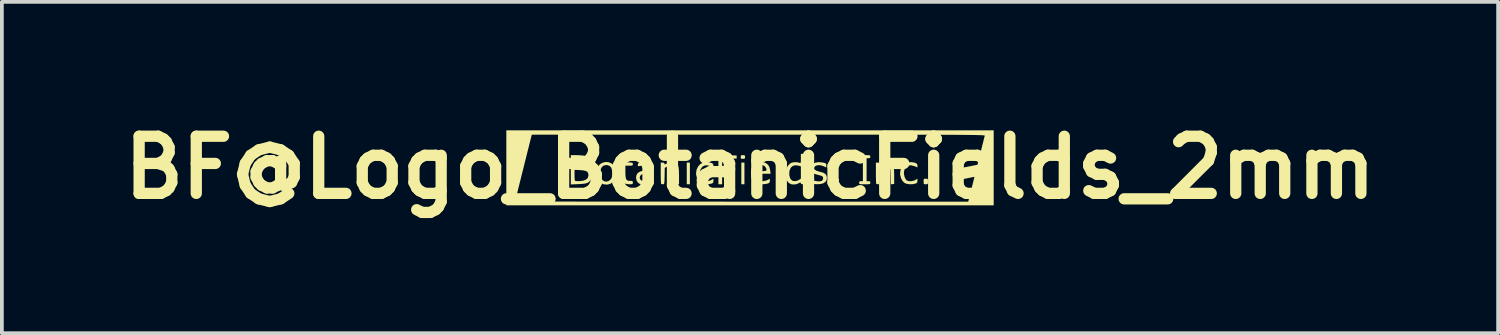
<source format=kicad_pcb>
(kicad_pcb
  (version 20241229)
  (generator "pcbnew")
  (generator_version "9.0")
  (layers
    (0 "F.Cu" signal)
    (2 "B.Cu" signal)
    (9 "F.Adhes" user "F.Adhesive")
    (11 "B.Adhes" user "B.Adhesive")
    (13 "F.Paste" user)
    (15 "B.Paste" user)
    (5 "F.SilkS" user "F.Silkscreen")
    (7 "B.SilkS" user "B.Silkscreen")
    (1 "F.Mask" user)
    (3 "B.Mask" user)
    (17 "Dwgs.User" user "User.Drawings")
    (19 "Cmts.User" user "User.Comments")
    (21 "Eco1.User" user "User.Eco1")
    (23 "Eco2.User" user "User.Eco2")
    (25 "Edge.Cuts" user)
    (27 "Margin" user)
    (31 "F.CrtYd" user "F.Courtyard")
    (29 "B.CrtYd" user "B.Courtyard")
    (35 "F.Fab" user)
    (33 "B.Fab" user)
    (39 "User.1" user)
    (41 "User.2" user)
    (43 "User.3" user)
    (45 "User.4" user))
  (footprint "BF@Logo_BotanicFields_2mm"
    (layer "F.Cu")
    (at 16.953 1.418)
    (property "Reference" "BF@Logo_BotanicFields_2mm" (at 0 0 0) (layer "F.SilkS") (effects (font (size 1.524 1.524) (thickness 0.3))))
    (attr board_only exclude_from_pos_files exclude_from_bom)
    (fp_poly (pts (xy -1.604 0.446) (xy -1.687 0.446) (xy -1.687 -0.132) (xy -1.604 -0.132)) (stroke (width 0) (type solid)) (fill yes) (layer "F.SilkS"))
    (fp_poly (pts (xy -0.149 0.446) (xy -0.232 0.446) (xy -0.232 -0.132) (xy -0.149 -0.132)) (stroke (width 0) (type solid)) (fill yes) (layer "F.SilkS"))
    (fp_poly (pts (xy 0.777 0.446) (xy 0.695 0.446) (xy 0.695 -0.364) (xy 0.777 -0.364)) (stroke (width 0) (type solid)) (fill yes) (layer "F.SilkS"))
    (fp_poly (pts (xy -0.356 -0.322) (xy -0.356 -0.24) (xy -0.55 -0.235) (xy -0.744 -0.23) (xy -0.744 -0.017) (xy -0.413 -0.017) (xy -0.413 0.066) (xy -0.744 0.066) (xy -0.744 0.446) (xy -0.843 0.446) (xy -0.843 -0.332)) (stroke (width 0) (type solid)) (fill yes) (layer "F.SilkS"))
    (fp_poly (pts (xy -1.606 -0.328) (xy -1.591 -0.314) (xy -1.587 -0.281) (xy -1.591 -0.248) (xy -1.607 -0.234) (xy -1.645 -0.232) (xy -1.684 -0.234) (xy -1.7 -0.248) (xy -1.703 -0.281) (xy -1.7 -0.314) (xy -1.684 -0.328) (xy -1.645 -0.331)) (stroke (width 0) (type solid)) (fill yes) (layer "F.SilkS"))
    (fp_poly (pts (xy -0.151 -0.328) (xy -0.135 -0.314) (xy -0.132 -0.281) (xy -0.136 -0.248) (xy -0.152 -0.234) (xy -0.19 -0.232) (xy -0.229 -0.234) (xy -0.245 -0.248) (xy -0.248 -0.281) (xy -0.245 -0.314) (xy -0.228 -0.328) (xy -0.19 -0.331)) (stroke (width 0) (type solid)) (fill yes) (layer "F.SilkS"))
    (fp_poly (pts (xy 2.368 0.301) (xy 2.375 0.313) (xy 2.37 0.339) (xy 2.353 0.385) (xy 2.323 0.453) (xy 2.307 0.491) (xy 2.277 0.557) (xy 2.253 0.597) (xy 2.232 0.618) (xy 2.211 0.625) (xy 2.171 0.63) (xy 2.214 0.468) (xy 2.258 0.306) (xy 2.321 0.301) (xy 2.35 0.299)) (stroke (width 0) (type solid)) (fill yes) (layer "F.SilkS"))
    (fp_poly (pts (xy 4.724 0.299) (xy 4.74 0.31) (xy 4.746 0.339) (xy 4.746 0.372) (xy 4.745 0.418) (xy 4.736 0.439) (xy 4.714 0.446) (xy 4.688 0.446) (xy 4.653 0.445) (xy 4.636 0.434) (xy 4.631 0.405) (xy 4.63 0.372) (xy 4.631 0.326) (xy 4.64 0.305) (xy 4.662 0.298) (xy 4.688 0.298)) (stroke (width 0) (type solid)) (fill yes) (layer "F.SilkS"))
    (fp_poly (pts (xy -1.13 -0.143) (xy -1.054 -0.131) (xy -1.005 -0.112) (xy -0.981 -0.083) (xy -0.976 -0.05) (xy -0.976 -0.003) (xy -1.058 -0.038) (xy -1.143 -0.06) (xy -1.217 -0.053) (xy -1.275 -0.018) (xy -1.316 0.043) (xy -1.335 0.113) (xy -1.334 0.178) (xy -1.319 0.245) (xy -1.294 0.304) (xy -1.261 0.344) (xy -1.253 0.349) (xy -1.195 0.365) (xy -1.125 0.363) (xy -1.056 0.344) (xy -1.032 0.332) (xy -0.976 0.299) (xy -0.976 0.354) (xy -0.981 0.395) (xy -1.002 0.418) (xy -1.028 0.428) (xy -1.101 0.444) (xy -1.182 0.446) (xy -1.258 0.435) (xy -1.317 0.413) (xy -1.318 0.412) (xy -1.373 0.359) (xy -1.414 0.284) (xy -1.436 0.196) (xy -1.439 0.154) (xy -1.425 0.055) (xy -1.385 -0.028) (xy -1.325 -0.092) (xy -1.246 -0.132) (xy -1.154 -0.144)) (stroke (width 0) (type solid)) (fill yes) (layer "F.SilkS"))
    (fp_poly (pts (xy 4.31 -0.143) (xy 4.387 -0.131) (xy 4.435 -0.112) (xy 4.46 -0.083) (xy 4.465 -0.05) (xy 4.465 -0.003) (xy 4.383 -0.038) (xy 4.297 -0.06) (xy 4.224 -0.053) (xy 4.165 -0.018) (xy 4.124 0.043) (xy 4.106 0.113) (xy 4.106 0.178) (xy 4.121 0.245) (xy 4.147 0.304) (xy 4.179 0.344) (xy 4.188 0.349) (xy 4.245 0.365) (xy 4.316 0.363) (xy 4.384 0.344) (xy 4.408 0.332) (xy 4.465 0.299) (xy 4.465 0.354) (xy 4.46 0.395) (xy 4.438 0.418) (xy 4.413 0.428) (xy 4.34 0.444) (xy 4.259 0.446) (xy 4.182 0.435) (xy 4.124 0.413) (xy 4.123 0.412) (xy 4.068 0.359) (xy 4.027 0.284) (xy 4.004 0.196) (xy 4.002 0.154) (xy 4.016 0.055) (xy 4.055 -0.028) (xy 4.116 -0.092) (xy 4.195 -0.132) (xy 4.287 -0.144)) (stroke (width 0) (type solid)) (fill yes) (layer "F.SilkS"))
    (fp_poly (pts (xy 3.13 -0.33) (xy 3.173 -0.328) (xy 3.197 -0.322) (xy 3.206 -0.311) (xy 3.208 -0.293) (xy 3.208 -0.289) (xy 3.203 -0.26) (xy 3.18 -0.249) (xy 3.158 -0.248) (xy 3.109 -0.248) (xy 3.109 0.364) (xy 3.158 0.364) (xy 3.194 0.368) (xy 3.207 0.387) (xy 3.208 0.405) (xy 3.207 0.425) (xy 3.199 0.437) (xy 3.178 0.443) (xy 3.138 0.446) (xy 3.072 0.446) (xy 3.059 0.446) (xy 2.989 0.446) (xy 2.945 0.444) (xy 2.922 0.438) (xy 2.912 0.427) (xy 2.91 0.409) (xy 2.91 0.405) (xy 2.916 0.376) (xy 2.938 0.365) (xy 2.96 0.364) (xy 3.01 0.364) (xy 3.01 -0.248) (xy 2.96 -0.248) (xy 2.925 -0.252) (xy 2.912 -0.271) (xy 2.91 -0.289) (xy 2.912 -0.309) (xy 2.919 -0.321) (xy 2.94 -0.328) (xy 2.98 -0.33) (xy 3.046 -0.331) (xy 3.059 -0.331)) (stroke (width 0) (type solid)) (fill yes) (layer "F.SilkS"))
    (fp_poly (pts (xy -3.767 -0.141) (xy -3.693 -0.107) (xy -3.633 -0.048) (xy -3.592 0.031) (xy -3.575 0.116) (xy -3.58 0.222) (xy -3.608 0.312) (xy -3.656 0.383) (xy -3.72 0.431) (xy -3.798 0.455) (xy -3.886 0.45) (xy -3.927 0.439) (xy -4.006 0.394) (xy -4.06 0.327) (xy -4.084 0.269) (xy -4.1 0.162) (xy -4.097 0.131) (xy -3.996 0.131) (xy -3.992 0.217) (xy -3.969 0.288) (xy -3.929 0.34) (xy -3.878 0.37) (xy -3.821 0.376) (xy -3.761 0.354) (xy -3.722 0.322) (xy -3.697 0.291) (xy -3.683 0.25) (xy -3.675 0.19) (xy -3.674 0.177) (xy -3.678 0.079) (xy -3.701 0.005) (xy -3.744 -0.043) (xy -3.805 -0.065) (xy -3.826 -0.066) (xy -3.897 -0.055) (xy -3.948 -0.019) (xy -3.981 0.043) (xy -3.996 0.131) (xy -4.097 0.131) (xy -4.091 0.064) (xy -4.058 -0.021) (xy -4.003 -0.087) (xy -3.94 -0.126) (xy -3.851 -0.149)) (stroke (width 0) (type solid)) (fill yes) (layer "F.SilkS"))
    (fp_poly (pts (xy -1.983 -0.122) (xy -1.933 -0.076) (xy -1.916 -0.046) (xy -1.905 0.001) (xy -1.897 0.076) (xy -1.894 0.182) (xy -1.893 0.223) (xy -1.893 0.438) (xy -1.982 0.448) (xy -1.987 0.225) (xy -1.99 0.131) (xy -1.994 0.064) (xy -2 0.02) (xy -2.008 -0.009) (xy -2.02 -0.026) (xy -2.021 -0.028) (xy -2.065 -0.05) (xy -2.124 -0.053) (xy -2.189 -0.036) (xy -2.22 -0.021) (xy -2.274 0.01) (xy -2.278 0.228) (xy -2.28 0.317) (xy -2.283 0.377) (xy -2.287 0.415) (xy -2.293 0.436) (xy -2.303 0.445) (xy -2.317 0.446) (xy -2.321 0.446) (xy -2.356 0.442) (xy -2.37 0.435) (xy -2.374 0.416) (xy -2.377 0.369) (xy -2.379 0.301) (xy -2.381 0.216) (xy -2.381 0.146) (xy -2.381 -0.132) (xy -2.332 -0.132) (xy -2.292 -0.125) (xy -2.282 -0.107) (xy -2.28 -0.089) (xy -2.269 -0.085) (xy -2.242 -0.096) (xy -2.204 -0.116) (xy -2.125 -0.144) (xy -2.05 -0.145)) (stroke (width 0) (type solid)) (fill yes) (layer "F.SilkS"))
    (fp_poly (pts (xy 3.755 -0.122) (xy 3.805 -0.076) (xy 3.822 -0.046) (xy 3.834 0.001) (xy 3.841 0.076) (xy 3.845 0.182) (xy 3.845 0.223) (xy 3.845 0.438) (xy 3.756 0.448) (xy 3.751 0.225) (xy 3.748 0.131) (xy 3.744 0.064) (xy 3.738 0.02) (xy 3.73 -0.009) (xy 3.718 -0.026) (xy 3.717 -0.028) (xy 3.673 -0.05) (xy 3.614 -0.053) (xy 3.549 -0.036) (xy 3.518 -0.021) (xy 3.464 0.01) (xy 3.46 0.228) (xy 3.458 0.317) (xy 3.455 0.377) (xy 3.451 0.415) (xy 3.445 0.436) (xy 3.435 0.445) (xy 3.421 0.446) (xy 3.417 0.446) (xy 3.383 0.442) (xy 3.368 0.435) (xy 3.364 0.416) (xy 3.361 0.369) (xy 3.359 0.301) (xy 3.357 0.216) (xy 3.357 0.146) (xy 3.357 -0.132) (xy 3.407 -0.132) (xy 3.446 -0.125) (xy 3.456 -0.107) (xy 3.458 -0.089) (xy 3.469 -0.085) (xy 3.496 -0.096) (xy 3.534 -0.116) (xy 3.613 -0.144) (xy 3.688 -0.145)) (stroke (width 0) (type solid)) (fill yes) (layer "F.SilkS"))
    (fp_poly (pts (xy 1.455 0.446) (xy 1.406 0.446) (xy 1.366 0.439) (xy 1.356 0.422) (xy 1.349 0.4) (xy 1.325 0.403) (xy 1.298 0.419) (xy 1.24 0.444) (xy 1.168 0.453) (xy 1.099 0.446) (xy 1.097 0.445) (xy 1.034 0.411) (xy 0.989 0.355) (xy 0.959 0.283) (xy 0.947 0.203) (xy 1.047 0.203) (xy 1.07 0.285) (xy 1.094 0.322) (xy 1.139 0.355) (xy 1.2 0.364) (xy 1.267 0.349) (xy 1.302 0.331) (xy 1.356 0.298) (xy 1.356 -0.032) (xy 1.291 -0.051) (xy 1.21 -0.061) (xy 1.141 -0.042) (xy 1.088 0.004) (xy 1.056 0.075) (xy 1.05 0.104) (xy 1.047 0.203) (xy 0.947 0.203) (xy 0.946 0.201) (xy 0.949 0.116) (xy 0.969 0.034) (xy 1.004 -0.039) (xy 1.055 -0.097) (xy 1.104 -0.127) (xy 1.175 -0.143) (xy 1.255 -0.142) (xy 1.327 -0.124) (xy 1.342 -0.121) (xy 1.35 -0.131) (xy 1.355 -0.161) (xy 1.356 -0.216) (xy 1.356 -0.238) (xy 1.356 -0.364) (xy 1.455 -0.364)) (stroke (width 0) (type solid)) (fill yes) (layer "F.SilkS"))
    (fp_poly (pts (xy -3.341 -0.294) (xy -3.328 -0.278) (xy -3.322 -0.241) (xy -3.321 -0.219) (xy -3.316 -0.141) (xy -3.22 -0.136) (xy -3.167 -0.132) (xy -3.138 -0.125) (xy -3.127 -0.111) (xy -3.125 -0.09) (xy -3.128 -0.068) (xy -3.139 -0.056) (xy -3.169 -0.051) (xy -3.223 -0.05) (xy -3.225 -0.05) (xy -3.324 -0.05) (xy -3.324 0.112) (xy -3.322 0.207) (xy -3.314 0.274) (xy -3.3 0.318) (xy -3.275 0.343) (xy -3.238 0.354) (xy -3.203 0.356) (xy -3.156 0.357) (xy -3.133 0.365) (xy -3.126 0.383) (xy -3.125 0.401) (xy -3.127 0.427) (xy -3.138 0.44) (xy -3.165 0.445) (xy -3.217 0.446) (xy -3.22 0.446) (xy -3.277 0.442) (xy -3.323 0.433) (xy -3.342 0.425) (xy -3.369 0.399) (xy -3.387 0.364) (xy -3.399 0.314) (xy -3.405 0.243) (xy -3.407 0.146) (xy -3.407 0.142) (xy -3.407 0.06) (xy -3.409 0.005) (xy -3.413 -0.027) (xy -3.42 -0.044) (xy -3.431 -0.049) (xy -3.44 -0.05) (xy -3.466 -0.06) (xy -3.473 -0.089) (xy -3.46 -0.125) (xy -3.44 -0.137) (xy -3.419 -0.149) (xy -3.409 -0.176) (xy -3.407 -0.222) (xy -3.405 -0.268) (xy -3.397 -0.291) (xy -3.377 -0.297) (xy -3.366 -0.298)) (stroke (width 0) (type solid)) (fill yes) (layer "F.SilkS"))
    (fp_poly (pts (xy 1.939 -0.133) (xy 1.94 -0.133) (xy 1.993 -0.121) (xy 2.021 -0.109) (xy 2.032 -0.091) (xy 2.034 -0.06) (xy 2.034 -0.058) (xy 2.034 -0.002) (xy 1.964 -0.034) (xy 1.884 -0.06) (xy 1.812 -0.064) (xy 1.755 -0.047) (xy 1.736 -0.033) (xy 1.712 -0.003) (xy 1.703 0.017) (xy 1.719 0.049) (xy 1.762 0.08) (xy 1.828 0.105) (xy 1.868 0.114) (xy 1.955 0.139) (xy 2.012 0.175) (xy 2.043 0.224) (xy 2.05 0.276) (xy 2.042 0.337) (xy 2.014 0.38) (xy 1.96 0.417) (xy 1.956 0.419) (xy 1.904 0.435) (xy 1.832 0.444) (xy 1.754 0.444) (xy 1.683 0.436) (xy 1.65 0.427) (xy 1.617 0.409) (xy 1.605 0.379) (xy 1.604 0.354) (xy 1.604 0.297) (xy 1.674 0.333) (xy 1.737 0.357) (xy 1.806 0.368) (xy 1.87 0.368) (xy 1.917 0.354) (xy 1.925 0.348) (xy 1.947 0.313) (xy 1.949 0.269) (xy 1.93 0.234) (xy 1.93 0.234) (xy 1.902 0.221) (xy 1.854 0.206) (xy 1.818 0.197) (xy 1.728 0.172) (xy 1.667 0.139) (xy 1.63 0.095) (xy 1.62 0.071) (xy 1.61 0.02) (xy 1.623 -0.026) (xy 1.624 -0.027) (xy 1.672 -0.091) (xy 1.742 -0.13) (xy 1.831 -0.144)) (stroke (width 0) (type solid)) (fill yes) (layer "F.SilkS"))
    (fp_poly (pts (xy 0.37 -0.14) (xy 0.425 -0.116) (xy 0.48 -0.073) (xy 0.514 -0.018) (xy 0.534 0.058) (xy 0.537 0.079) (xy 0.549 0.165) (xy 0.112 0.165) (xy 0.122 0.219) (xy 0.15 0.286) (xy 0.2 0.333) (xy 0.268 0.36) (xy 0.348 0.365) (xy 0.434 0.346) (xy 0.467 0.332) (xy 0.529 0.302) (xy 0.529 0.354) (xy 0.524 0.393) (xy 0.502 0.415) (xy 0.474 0.427) (xy 0.428 0.437) (xy 0.364 0.444) (xy 0.311 0.446) (xy 0.241 0.443) (xy 0.192 0.432) (xy 0.15 0.41) (xy 0.149 0.409) (xy 0.087 0.36) (xy 0.049 0.309) (xy 0.03 0.245) (xy 0.025 0.159) (xy 0.027 0.09) (xy 0.028 0.082) (xy 0.116 0.082) (xy 0.131 0.091) (xy 0.17 0.098) (xy 0.225 0.1) (xy 0.288 0.1) (xy 0.349 0.097) (xy 0.4 0.091) (xy 0.433 0.082) (xy 0.44 0.076) (xy 0.439 0.041) (xy 0.419 -0.002) (xy 0.388 -0.04) (xy 0.382 -0.045) (xy 0.339 -0.061) (xy 0.282 -0.064) (xy 0.225 -0.055) (xy 0.188 -0.037) (xy 0.151 0.002) (xy 0.124 0.048) (xy 0.116 0.082) (xy 0.028 0.082) (xy 0.034 0.042) (xy 0.051 0.002) (xy 0.069 -0.028) (xy 0.129 -0.091) (xy 0.204 -0.133) (xy 0.287 -0.15)) (stroke (width 0) (type solid)) (fill yes) (layer "F.SilkS"))
    (fp_poly (pts (xy -2.698 -0.134) (xy -2.631 -0.103) (xy -2.613 -0.089) (xy -2.563 -0.047) (xy -2.563 0.446) (xy -2.604 0.446) (xy -2.637 0.439) (xy -2.646 0.414) (xy -2.647 0.394) (xy -2.658 0.391) (xy -2.685 0.405) (xy -2.7 0.413) (xy -2.778 0.445) (xy -2.859 0.456) (xy -2.931 0.443) (xy -2.938 0.44) (xy -2.992 0.399) (xy -3.027 0.342) (xy -3.04 0.275) (xy -3.04 0.275) (xy -2.943 0.275) (xy -2.929 0.318) (xy -2.892 0.348) (xy -2.838 0.363) (xy -2.776 0.36) (xy -2.713 0.338) (xy -2.699 0.33) (xy -2.665 0.307) (xy -2.65 0.283) (xy -2.648 0.245) (xy -2.649 0.219) (xy -2.654 0.141) (xy -2.729 0.146) (xy -2.825 0.159) (xy -2.892 0.185) (xy -2.931 0.224) (xy -2.943 0.275) (xy -3.04 0.275) (xy -3.031 0.209) (xy -2.999 0.153) (xy -2.982 0.137) (xy -2.925 0.106) (xy -2.846 0.082) (xy -2.758 0.068) (xy -2.711 0.066) (xy -2.664 0.06) (xy -2.646 0.042) (xy -2.658 0.008) (xy -2.677 -0.019) (xy -2.705 -0.044) (xy -2.743 -0.055) (xy -2.789 -0.057) (xy -2.853 -0.054) (xy -2.916 -0.046) (xy -2.932 -0.043) (xy -2.973 -0.035) (xy -2.99 -0.04) (xy -2.992 -0.062) (xy -2.99 -0.076) (xy -2.985 -0.103) (xy -2.971 -0.119) (xy -2.941 -0.129) (xy -2.886 -0.138) (xy -2.883 -0.139) (xy -2.779 -0.146)) (stroke (width 0) (type solid)) (fill yes) (layer "F.SilkS"))
    (fp_poly (pts (xy -4.634 -0.33) (xy -4.557 -0.328) (xy -4.483 -0.323) (xy -4.426 -0.317) (xy -4.416 -0.315) (xy -4.342 -0.288) (xy -4.292 -0.242) (xy -4.268 -0.185) (xy -4.272 -0.121) (xy -4.306 -0.056) (xy -4.315 -0.045) (xy -4.363 0.01) (xy -4.316 0.028) (xy -4.267 0.061) (xy -4.227 0.115) (xy -4.204 0.177) (xy -4.2 0.207) (xy -4.215 0.28) (xy -4.256 0.347) (xy -4.314 0.398) (xy -4.323 0.403) (xy -4.362 0.418) (xy -4.412 0.429) (xy -4.48 0.437) (xy -4.575 0.443) (xy -4.582 0.443) (xy -4.779 0.451) (xy -4.779 0.062) (xy -4.68 0.062) (xy -4.68 0.202) (xy -4.679 0.267) (xy -4.675 0.319) (xy -4.671 0.349) (xy -4.669 0.353) (xy -4.644 0.36) (xy -4.597 0.363) (xy -4.538 0.361) (xy -4.478 0.355) (xy -4.442 0.348) (xy -4.37 0.319) (xy -4.325 0.273) (xy -4.309 0.211) (xy -4.309 0.207) (xy -4.316 0.153) (xy -4.338 0.116) (xy -4.381 0.091) (xy -4.448 0.076) (xy -4.53 0.069) (xy -4.68 0.062) (xy -4.779 0.062) (xy -4.779 -0.017) (xy -4.681 -0.017) (xy -4.577 -0.017) (xy -4.515 -0.02) (xy -4.461 -0.029) (xy -4.433 -0.037) (xy -4.395 -0.074) (xy -4.377 -0.126) (xy -4.384 -0.177) (xy -4.411 -0.207) (xy -4.462 -0.23) (xy -4.53 -0.244) (xy -4.602 -0.245) (xy -4.672 -0.24) (xy -4.676 -0.128) (xy -4.681 -0.017) (xy -4.779 -0.017) (xy -4.779 -0.331)) (stroke (width 0) (type solid)) (fill yes) (layer "F.SilkS"))
    (fp_poly (pts (xy 6.499 1.009) (xy -6.499 1.009) (xy -6.499 0.881) (xy -6.261 0.881) (xy -6.261 0.883) (xy -6.257 0.886) (xy -6.25 0.888) (xy -6.239 0.89) (xy -6.221 0.892) (xy -6.197 0.894) (xy -6.165 0.895) (xy -6.124 0.897) (xy -6.073 0.898) (xy -6.011 0.9) (xy -5.938 0.901) (xy -5.852 0.902) (xy -5.752 0.903) (xy -5.637 0.904) (xy -5.507 0.905) (xy -5.36 0.906) (xy -5.195 0.906) (xy -5.012 0.907) (xy -4.809 0.907) (xy -4.585 0.908) (xy -4.339 0.908) (xy -4.071 0.908) (xy -3.779 0.909) (xy -3.462 0.909) (xy -3.12 0.909) (xy -2.751 0.909) (xy -2.354 0.909) (xy -1.929 0.909) (xy -1.474 0.909) (xy -0.988 0.909) (xy -0.471 0.91) (xy -0.225 0.91) (xy 5.82 0.91) (xy 5.836 0.847) (xy 5.843 0.819) (xy 5.857 0.763) (xy 5.878 0.68) (xy 5.904 0.576) (xy 5.935 0.454) (xy 5.969 0.315) (xy 6.007 0.165) (xy 6.046 0.007) (xy 6.052 -0.017) (xy 6.092 -0.175) (xy 6.129 -0.324) (xy 6.163 -0.46) (xy 6.193 -0.581) (xy 6.219 -0.684) (xy 6.239 -0.764) (xy 6.253 -0.819) (xy 6.26 -0.846) (xy 6.261 -0.847) (xy 6.261 -0.85) (xy 6.257 -0.852) (xy 6.25 -0.855) (xy 6.239 -0.857) (xy 6.221 -0.859) (xy 6.197 -0.861) (xy 6.165 -0.862) (xy 6.124 -0.864) (xy 6.073 -0.865) (xy 6.011 -0.867) (xy 5.938 -0.868) (xy 5.852 -0.869) (xy 5.752 -0.87) (xy 5.637 -0.871) (xy 5.507 -0.872) (xy 5.36 -0.872) (xy 5.195 -0.873) (xy 5.012 -0.874) (xy 4.809 -0.874) (xy 4.585 -0.875) (xy 4.339 -0.875) (xy 4.071 -0.875) (xy 3.779 -0.876) (xy 3.462 -0.876) (xy 3.12 -0.876) (xy 2.751 -0.876) (xy 2.354 -0.876) (xy 1.929 -0.876) (xy 1.474 -0.876) (xy 0.988 -0.876) (xy 0.471 -0.876) (xy 0.225 -0.876) (xy -5.82 -0.876) (xy -5.836 -0.814) (xy -5.843 -0.786) (xy -5.857 -0.73) (xy -5.878 -0.647) (xy -5.904 -0.543) (xy -5.935 -0.42) (xy -5.969 -0.282) (xy -6.007 -0.132) (xy -6.046 0.026) (xy -6.052 0.05) (xy -6.092 0.208) (xy -6.129 0.357) (xy -6.163 0.493) (xy -6.193 0.614) (xy -6.219 0.717) (xy -6.239 0.797) (xy -6.253 0.852) (xy -6.26 0.879) (xy -6.261 0.881) (xy -6.499 0.881) (xy -6.499 -0.992) (xy 6.499 -0.992)) (stroke (width 0) (type solid)) (fill yes) (layer "F.SilkS")))
  (gr_rect
    (start -3 -3)
    (end 36.905 5.836)
    (stroke (width 0.1) (type default))
    (fill no)
    (layer "Edge.Cuts")))
</source>
